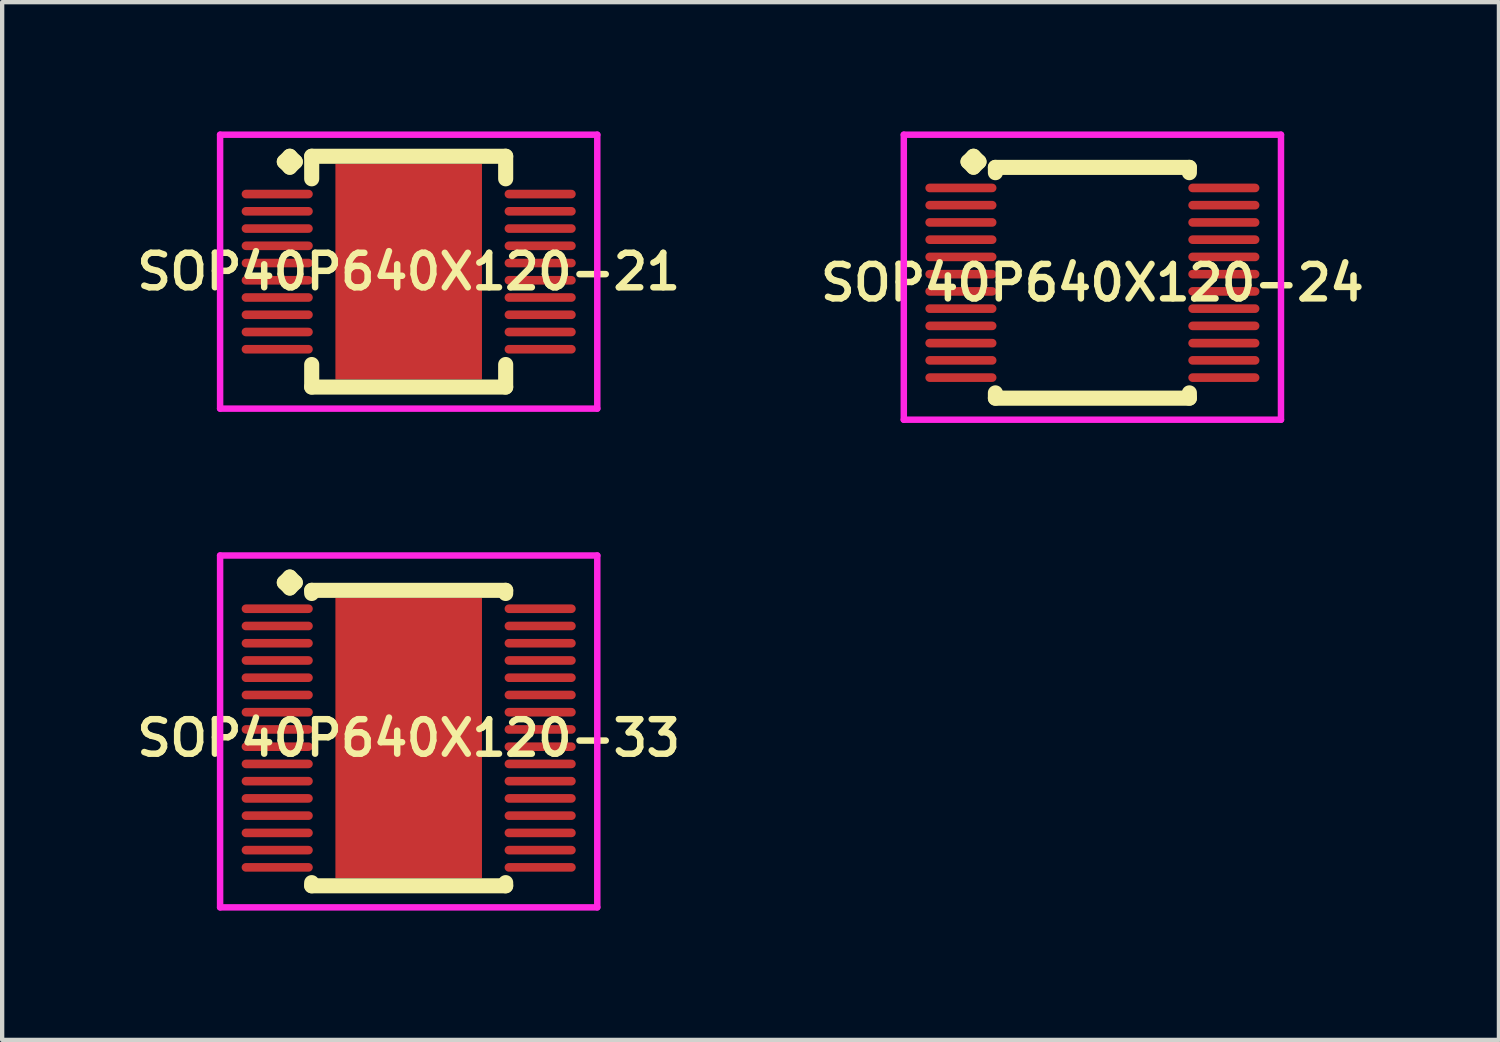
<source format=kicad_pcb>
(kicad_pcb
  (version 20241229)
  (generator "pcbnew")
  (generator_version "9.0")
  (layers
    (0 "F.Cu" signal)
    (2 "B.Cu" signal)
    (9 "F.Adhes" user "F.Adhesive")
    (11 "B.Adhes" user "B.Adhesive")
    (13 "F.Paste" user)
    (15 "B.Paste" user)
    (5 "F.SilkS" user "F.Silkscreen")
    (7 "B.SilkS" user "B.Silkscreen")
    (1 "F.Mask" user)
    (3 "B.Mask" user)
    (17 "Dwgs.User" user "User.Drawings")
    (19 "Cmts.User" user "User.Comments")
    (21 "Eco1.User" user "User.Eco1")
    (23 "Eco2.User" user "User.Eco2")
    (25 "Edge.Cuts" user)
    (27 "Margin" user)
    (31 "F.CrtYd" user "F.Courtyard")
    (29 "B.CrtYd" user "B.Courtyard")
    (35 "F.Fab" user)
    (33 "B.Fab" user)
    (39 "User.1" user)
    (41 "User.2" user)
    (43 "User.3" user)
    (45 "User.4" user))
  (footprint "SOP40P640X120-33"
    (layer "F.Cu")
    (at 6.431 14.072)
    (property "Reference" "SOP40P640X120-33" (at 0 0 0) (layer "F.SilkS") (effects (font (size 0.8 0.8) (thickness 0.15))))
    (attr through_hole)
    (fp_line (start -2.885 -3.608) (end -2.758 -3.735) (stroke (width 0.35) (type solid)) (layer "F.SilkS"))
    (fp_line (start -2.758 -3.735) (end -2.631 -3.608) (stroke (width 0.35) (type solid)) (layer "F.SilkS"))
    (fp_line (start -2.758 -3.481) (end -2.885 -3.608) (stroke (width 0.35) (type solid)) (layer "F.SilkS"))
    (fp_line (start -2.631 -3.608) (end -2.758 -3.481) (stroke (width 0.35) (type solid)) (layer "F.SilkS"))
    (fp_line (start -2.25 -3.427) (end 2.25 -3.427) (stroke (width 0.35) (type solid)) (layer "F.SilkS"))
    (fp_line (start -2.25 -3.354) (end -2.25 -3.427) (stroke (width 0.35) (type solid)) (layer "F.SilkS"))
    (fp_line (start -2.25 3.354) (end -2.25 3.427) (stroke (width 0.35) (type solid)) (layer "F.SilkS"))
    (fp_line (start -2.25 3.427) (end 2.25 3.427) (stroke (width 0.35) (type solid)) (layer "F.SilkS"))
    (fp_line (start 2.25 -3.427) (end 2.25 -3.354) (stroke (width 0.35) (type solid)) (layer "F.SilkS"))
    (fp_line (start 2.25 3.427) (end 2.25 3.354) (stroke (width 0.35) (type solid)) (layer "F.SilkS"))
    (fp_line (start -4.375 -4.235) (end 4.375 -4.235) (stroke (width 0.15) (type solid)) (layer "F.CrtYd"))
    (fp_line (start -4.375 3.927) (end -4.375 -4.235) (stroke (width 0.15) (type solid)) (layer "F.CrtYd"))
    (fp_line (start 4.375 -4.235) (end 4.375 3.927) (stroke (width 0.15) (type solid)) (layer "F.CrtYd"))
    (fp_line (start 4.375 3.927) (end -4.375 3.927) (stroke (width 0.15) (type solid)) (layer "F.CrtYd"))
    (pad "1" smd oval (at -3.05 -3) (size 1.65 0.2) (layers "F.Cu" "F.Mask" "F.Paste"))
    (pad "2" smd oval (at -3.05 -2.6) (size 1.65 0.2) (layers "F.Cu" "F.Mask" "F.Paste"))
    (pad "3" smd oval (at -3.05 -2.2) (size 1.65 0.2) (layers "F.Cu" "F.Mask" "F.Paste"))
    (pad "4" smd oval (at -3.05 -1.8) (size 1.65 0.2) (layers "F.Cu" "F.Mask" "F.Paste"))
    (pad "5" smd oval (at -3.05 -1.4) (size 1.65 0.2) (layers "F.Cu" "F.Mask" "F.Paste"))
    (pad "6" smd oval (at -3.05 -1) (size 1.65 0.2) (layers "F.Cu" "F.Mask" "F.Paste"))
    (pad "7" smd oval (at -3.05 -0.6) (size 1.65 0.2) (layers "F.Cu" "F.Mask" "F.Paste"))
    (pad "8" smd oval (at -3.05 -0.2) (size 1.65 0.2) (layers "F.Cu" "F.Mask" "F.Paste"))
    (pad "9" smd oval (at -3.05 0.2) (size 1.65 0.2) (layers "F.Cu" "F.Mask" "F.Paste"))
    (pad "10" smd oval (at -3.05 0.6) (size 1.65 0.2) (layers "F.Cu" "F.Mask" "F.Paste"))
    (pad "11" smd oval (at -3.05 1) (size 1.65 0.2) (layers "F.Cu" "F.Mask" "F.Paste"))
    (pad "12" smd oval (at -3.05 1.4) (size 1.65 0.2) (layers "F.Cu" "F.Mask" "F.Paste"))
    (pad "13" smd oval (at -3.05 1.8) (size 1.65 0.2) (layers "F.Cu" "F.Mask" "F.Paste"))
    (pad "14" smd oval (at -3.05 2.2) (size 1.65 0.2) (layers "F.Cu" "F.Mask" "F.Paste"))
    (pad "15" smd oval (at -3.05 2.6) (size 1.65 0.2) (layers "F.Cu" "F.Mask" "F.Paste"))
    (pad "16" smd oval (at -3.05 3) (size 1.65 0.2) (layers "F.Cu" "F.Mask" "F.Paste"))
    (pad "17" smd oval (at 3.05 3) (size 1.65 0.2) (layers "F.Cu" "F.Mask" "F.Paste"))
    (pad "18" smd oval (at 3.05 2.6) (size 1.65 0.2) (layers "F.Cu" "F.Mask" "F.Paste"))
    (pad "19" smd oval (at 3.05 2.2) (size 1.65 0.2) (layers "F.Cu" "F.Mask" "F.Paste"))
    (pad "20" smd oval (at 3.05 1.8) (size 1.65 0.2) (layers "F.Cu" "F.Mask" "F.Paste"))
    (pad "21" smd oval (at 3.05 1.4) (size 1.65 0.2) (layers "F.Cu" "F.Mask" "F.Paste"))
    (pad "22" smd oval (at 3.05 1) (size 1.65 0.2) (layers "F.Cu" "F.Mask" "F.Paste"))
    (pad "23" smd oval (at 3.05 0.6) (size 1.65 0.2) (layers "F.Cu" "F.Mask" "F.Paste"))
    (pad "24" smd oval (at 3.05 0.2) (size 1.65 0.2) (layers "F.Cu" "F.Mask" "F.Paste"))
    (pad "25" smd oval (at 3.05 -0.2) (size 1.65 0.2) (layers "F.Cu" "F.Mask" "F.Paste"))
    (pad "26" smd oval (at 3.05 -0.6) (size 1.65 0.2) (layers "F.Cu" "F.Mask" "F.Paste"))
    (pad "27" smd oval (at 3.05 -1) (size 1.65 0.2) (layers "F.Cu" "F.Mask" "F.Paste"))
    (pad "28" smd oval (at 3.05 -1.4) (size 1.65 0.2) (layers "F.Cu" "F.Mask" "F.Paste"))
    (pad "29" smd oval (at 3.05 -1.8) (size 1.65 0.2) (layers "F.Cu" "F.Mask" "F.Paste"))
    (pad "30" smd oval (at 3.05 -2.2) (size 1.65 0.2) (layers "F.Cu" "F.Mask" "F.Paste"))
    (pad "31" smd oval (at 3.05 -2.6) (size 1.65 0.2) (layers "F.Cu" "F.Mask" "F.Paste"))
    (pad "32" smd oval (at 3.05 -3) (size 1.65 0.2) (layers "F.Cu" "F.Mask" "F.Paste"))
    (pad "33" smd rect (at 0 0) (size 3.4 6.5) (layers "F.Cu" "F.Mask" "F.Paste")))
  (footprint "SOP40P640X120-24"
    (layer "F.Cu")
    (at 22.292 3.51)
    (property "Reference" "SOP40P640X120-24" (at 0 0 0) (layer "F.SilkS") (effects (font (size 0.8 0.8) (thickness 0.15))))
    (attr smd)
    (fp_line (start -2.885 -2.808) (end -2.758 -2.935) (stroke (width 0.35) (type solid)) (layer "F.SilkS"))
    (fp_line (start -2.758 -2.935) (end -2.631 -2.808) (stroke (width 0.35) (type solid)) (layer "F.SilkS"))
    (fp_line (start -2.758 -2.681) (end -2.885 -2.808) (stroke (width 0.35) (type solid)) (layer "F.SilkS"))
    (fp_line (start -2.631 -2.808) (end -2.758 -2.681) (stroke (width 0.35) (type solid)) (layer "F.SilkS"))
    (fp_line (start -2.25 -2.677) (end 2.25 -2.677) (stroke (width 0.35) (type solid)) (layer "F.SilkS"))
    (fp_line (start -2.25 -2.554) (end -2.25 -2.677) (stroke (width 0.35) (type solid)) (layer "F.SilkS"))
    (fp_line (start -2.25 2.554) (end -2.25 2.677) (stroke (width 0.35) (type solid)) (layer "F.SilkS"))
    (fp_line (start -2.25 2.677) (end 2.25 2.677) (stroke (width 0.35) (type solid)) (layer "F.SilkS"))
    (fp_line (start 2.25 -2.677) (end 2.25 -2.554) (stroke (width 0.35) (type solid)) (layer "F.SilkS"))
    (fp_line (start 2.25 2.677) (end 2.25 2.554) (stroke (width 0.35) (type solid)) (layer "F.SilkS"))
    (fp_line (start -4.375 -3.435) (end 4.375 -3.435) (stroke (width 0.15) (type solid)) (layer "F.CrtYd"))
    (fp_line (start -4.375 3.177) (end -4.375 -3.435) (stroke (width 0.15) (type solid)) (layer "F.CrtYd"))
    (fp_line (start 4.375 -3.435) (end 4.375 3.177) (stroke (width 0.15) (type solid)) (layer "F.CrtYd"))
    (fp_line (start 4.375 3.177) (end -4.375 3.177) (stroke (width 0.15) (type solid)) (layer "F.CrtYd"))
    (pad "1" smd oval (at -3.05 -2.2) (size 1.65 0.2) (layers "F.Cu" "F.Mask" "F.Paste"))
    (pad "2" smd oval (at -3.05 -1.8) (size 1.65 0.2) (layers "F.Cu" "F.Mask" "F.Paste"))
    (pad "3" smd oval (at -3.05 -1.4) (size 1.65 0.2) (layers "F.Cu" "F.Mask" "F.Paste"))
    (pad "4" smd oval (at -3.05 -1) (size 1.65 0.2) (layers "F.Cu" "F.Mask" "F.Paste"))
    (pad "5" smd oval (at -3.05 -0.6) (size 1.65 0.2) (layers "F.Cu" "F.Mask" "F.Paste"))
    (pad "6" smd oval (at -3.05 -0.2) (size 1.65 0.2) (layers "F.Cu" "F.Mask" "F.Paste"))
    (pad "7" smd oval (at -3.05 0.2) (size 1.65 0.2) (layers "F.Cu" "F.Mask" "F.Paste"))
    (pad "8" smd oval (at -3.05 0.6) (size 1.65 0.2) (layers "F.Cu" "F.Mask" "F.Paste"))
    (pad "9" smd oval (at -3.05 1) (size 1.65 0.2) (layers "F.Cu" "F.Mask" "F.Paste"))
    (pad "10" smd oval (at -3.05 1.4) (size 1.65 0.2) (layers "F.Cu" "F.Mask" "F.Paste"))
    (pad "11" smd oval (at -3.05 1.8) (size 1.65 0.2) (layers "F.Cu" "F.Mask" "F.Paste"))
    (pad "12" smd oval (at -3.05 2.2) (size 1.65 0.2) (layers "F.Cu" "F.Mask" "F.Paste"))
    (pad "13" smd oval (at 3.05 2.2) (size 1.65 0.2) (layers "F.Cu" "F.Mask" "F.Paste"))
    (pad "14" smd oval (at 3.05 1.8) (size 1.65 0.2) (layers "F.Cu" "F.Mask" "F.Paste"))
    (pad "15" smd oval (at 3.05 1.4) (size 1.65 0.2) (layers "F.Cu" "F.Mask" "F.Paste"))
    (pad "16" smd oval (at 3.05 1) (size 1.65 0.2) (layers "F.Cu" "F.Mask" "F.Paste"))
    (pad "17" smd oval (at 3.05 0.6) (size 1.65 0.2) (layers "F.Cu" "F.Mask" "F.Paste"))
    (pad "18" smd oval (at 3.05 0.2) (size 1.65 0.2) (layers "F.Cu" "F.Mask" "F.Paste"))
    (pad "19" smd oval (at 3.05 -0.2) (size 1.65 0.2) (layers "F.Cu" "F.Mask" "F.Paste"))
    (pad "20" smd oval (at 3.05 -0.6) (size 1.65 0.2) (layers "F.Cu" "F.Mask" "F.Paste"))
    (pad "21" smd oval (at 3.05 -1) (size 1.65 0.2) (layers "F.Cu" "F.Mask" "F.Paste"))
    (pad "22" smd oval (at 3.05 -1.4) (size 1.65 0.2) (layers "F.Cu" "F.Mask" "F.Paste"))
    (pad "23" smd oval (at 3.05 -1.8) (size 1.65 0.2) (layers "F.Cu" "F.Mask" "F.Paste"))
    (pad "24" smd oval (at 3.05 -2.2) (size 1.65 0.2) (layers "F.Cu" "F.Mask" "F.Paste")))
  (footprint "SOP40P640X120-21"
    (layer "F.Cu")
    (at 6.431 3.252)
    (property "Reference" "SOP40P640X120-21" (at 0 0 0) (layer "F.SilkS") (effects (font (size 0.8 0.8) (thickness 0.15))))
    (attr through_hole)
    (fp_line (start -2.885 -2.55) (end -2.758 -2.677) (stroke (width 0.35) (type solid)) (layer "F.SilkS"))
    (fp_line (start -2.758 -2.677) (end -2.631 -2.55) (stroke (width 0.35) (type solid)) (layer "F.SilkS"))
    (fp_line (start -2.758 -2.423) (end -2.885 -2.55) (stroke (width 0.35) (type solid)) (layer "F.SilkS"))
    (fp_line (start -2.631 -2.55) (end -2.758 -2.423) (stroke (width 0.35) (type solid)) (layer "F.SilkS"))
    (fp_line (start -2.25 -2.677) (end 2.25 -2.677) (stroke (width 0.35) (type solid)) (layer "F.SilkS"))
    (fp_line (start -2.25 -2.154) (end -2.25 -2.677) (stroke (width 0.35) (type solid)) (layer "F.SilkS"))
    (fp_line (start -2.25 2.154) (end -2.25 2.677) (stroke (width 0.35) (type solid)) (layer "F.SilkS"))
    (fp_line (start -2.25 2.677) (end 2.25 2.677) (stroke (width 0.35) (type solid)) (layer "F.SilkS"))
    (fp_line (start 2.25 -2.677) (end 2.25 -2.154) (stroke (width 0.35) (type solid)) (layer "F.SilkS"))
    (fp_line (start 2.25 2.677) (end 2.25 2.154) (stroke (width 0.35) (type solid)) (layer "F.SilkS"))
    (fp_line (start -4.375 -3.177) (end 4.375 -3.177) (stroke (width 0.15) (type solid)) (layer "F.CrtYd"))
    (fp_line (start -4.375 3.177) (end -4.375 -3.177) (stroke (width 0.15) (type solid)) (layer "F.CrtYd"))
    (fp_line (start 4.375 -3.177) (end 4.375 3.177) (stroke (width 0.15) (type solid)) (layer "F.CrtYd"))
    (fp_line (start 4.375 3.177) (end -4.375 3.177) (stroke (width 0.15) (type solid)) (layer "F.CrtYd"))
    (pad "1" smd oval (at -3.05 -1.8) (size 1.65 0.2) (layers "F.Cu" "F.Mask" "F.Paste"))
    (pad "2" smd oval (at -3.05 -1.4) (size 1.65 0.2) (layers "F.Cu" "F.Mask" "F.Paste"))
    (pad "3" smd oval (at -3.05 -1) (size 1.65 0.2) (layers "F.Cu" "F.Mask" "F.Paste"))
    (pad "4" smd oval (at -3.05 -0.6) (size 1.65 0.2) (layers "F.Cu" "F.Mask" "F.Paste"))
    (pad "5" smd oval (at -3.05 -0.2) (size 1.65 0.2) (layers "F.Cu" "F.Mask" "F.Paste"))
    (pad "6" smd oval (at -3.05 0.2) (size 1.65 0.2) (layers "F.Cu" "F.Mask" "F.Paste"))
    (pad "7" smd oval (at -3.05 0.6) (size 1.65 0.2) (layers "F.Cu" "F.Mask" "F.Paste"))
    (pad "8" smd oval (at -3.05 1) (size 1.65 0.2) (layers "F.Cu" "F.Mask" "F.Paste"))
    (pad "9" smd oval (at -3.05 1.4) (size 1.65 0.2) (layers "F.Cu" "F.Mask" "F.Paste"))
    (pad "10" smd oval (at -3.05 1.8) (size 1.65 0.2) (layers "F.Cu" "F.Mask" "F.Paste"))
    (pad "11" smd oval (at 3.05 1.8) (size 1.65 0.2) (layers "F.Cu" "F.Mask" "F.Paste"))
    (pad "12" smd oval (at 3.05 1.4) (size 1.65 0.2) (layers "F.Cu" "F.Mask" "F.Paste"))
    (pad "13" smd oval (at 3.05 1) (size 1.65 0.2) (layers "F.Cu" "F.Mask" "F.Paste"))
    (pad "14" smd oval (at 3.05 0.6) (size 1.65 0.2) (layers "F.Cu" "F.Mask" "F.Paste"))
    (pad "15" smd oval (at 3.05 0.2) (size 1.65 0.2) (layers "F.Cu" "F.Mask" "F.Paste"))
    (pad "16" smd oval (at 3.05 -0.2) (size 1.65 0.2) (layers "F.Cu" "F.Mask" "F.Paste"))
    (pad "17" smd oval (at 3.05 -0.6) (size 1.65 0.2) (layers "F.Cu" "F.Mask" "F.Paste"))
    (pad "18" smd oval (at 3.05 -1) (size 1.65 0.2) (layers "F.Cu" "F.Mask" "F.Paste"))
    (pad "19" smd oval (at 3.05 -1.4) (size 1.65 0.2) (layers "F.Cu" "F.Mask" "F.Paste"))
    (pad "20" smd oval (at 3.05 -1.8) (size 1.65 0.2) (layers "F.Cu" "F.Mask" "F.Paste"))
    (pad "21" smd rect (at 0 0) (size 3.4 5) (layers "F.Cu" "F.Mask" "F.Paste")))
  (gr_rect
    (start -3 -3)
    (end 31.723 21.074)
    (stroke (width 0.1) (type default))
    (fill no)
    (layer "Edge.Cuts")))
</source>
